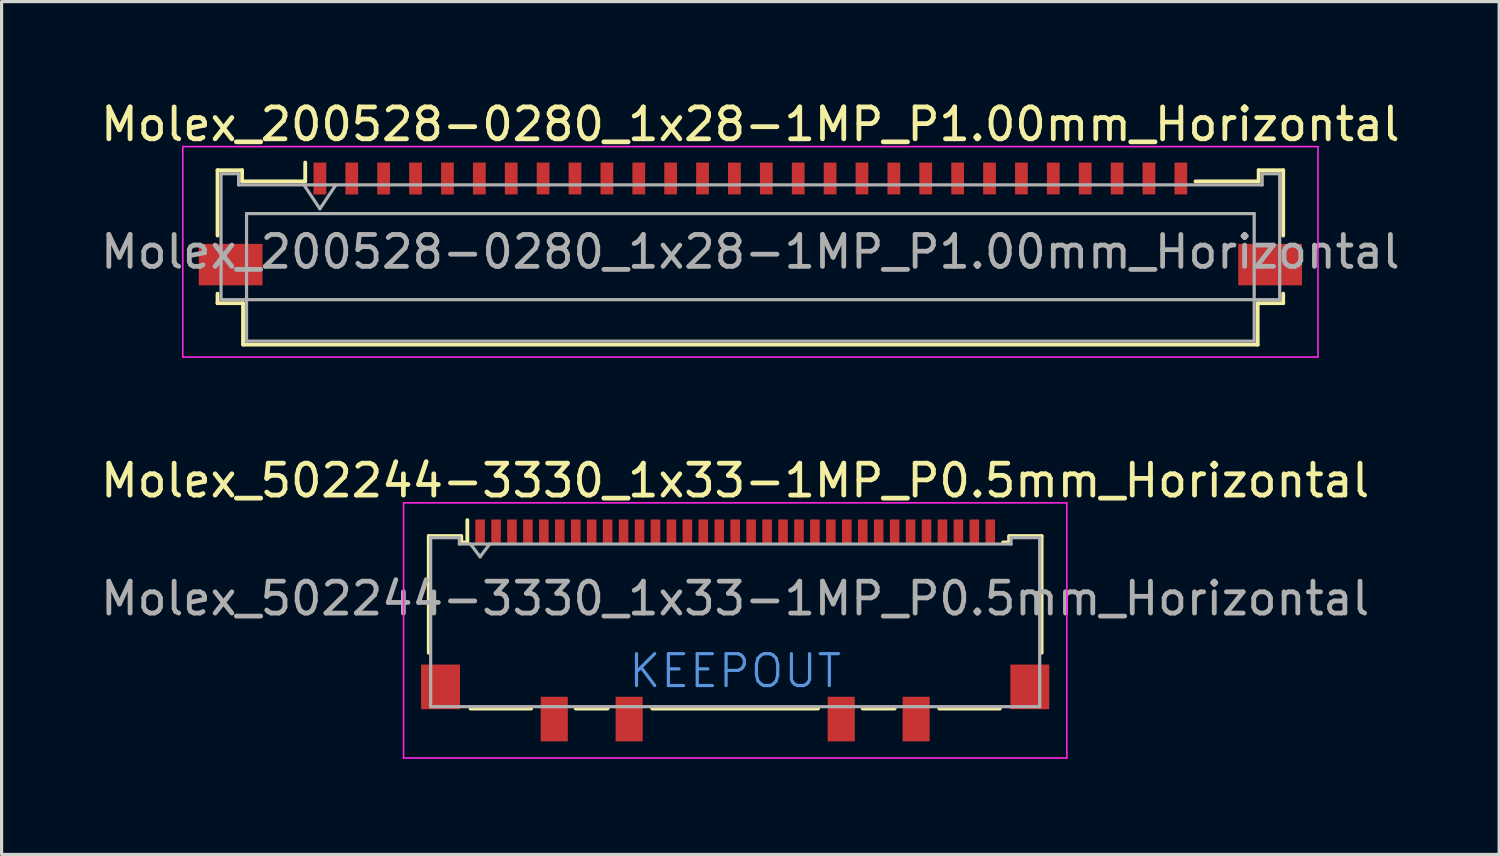
<source format=kicad_pcb>
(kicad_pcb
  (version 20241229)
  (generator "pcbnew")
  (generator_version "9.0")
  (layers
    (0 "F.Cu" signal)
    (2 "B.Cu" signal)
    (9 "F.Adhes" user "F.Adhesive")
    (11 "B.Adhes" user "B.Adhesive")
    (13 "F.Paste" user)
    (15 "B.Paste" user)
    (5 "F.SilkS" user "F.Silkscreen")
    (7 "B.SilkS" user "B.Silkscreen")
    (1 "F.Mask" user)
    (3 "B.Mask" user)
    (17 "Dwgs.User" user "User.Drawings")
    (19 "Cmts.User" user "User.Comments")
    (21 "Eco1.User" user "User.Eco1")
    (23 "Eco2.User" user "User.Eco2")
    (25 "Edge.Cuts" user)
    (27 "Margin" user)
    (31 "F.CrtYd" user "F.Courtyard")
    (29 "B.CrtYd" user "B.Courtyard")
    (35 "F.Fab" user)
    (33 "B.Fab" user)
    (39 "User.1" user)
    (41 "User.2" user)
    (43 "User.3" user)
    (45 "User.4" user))
  (footprint "Molex_502244-3330_1x33-1MP_P0.5mm_Horizontal"
    (layer "F.Cu")
    (at 20.006 16.721)
    (property "Reference" "Molex_502244-3330_1x33-1MP_P0.5mm_Horizontal" (at 0 -4.7 0) (layer "F.SilkS") (effects (font (size 1 1) (thickness 0.15))))
    (attr smd)
    (fp_line (start -9.61 -2.96) (end -8.6 -2.96) (stroke (width 0.12) (type solid)) (layer "F.SilkS"))
    (fp_line (start -9.61 0.7) (end -9.61 -2.96) (stroke (width 0.12) (type solid)) (layer "F.SilkS"))
    (fp_line (start -8.59 -2.76) (end -8.59 -2.96) (stroke (width 0.12) (type solid)) (layer "F.SilkS"))
    (fp_line (start -8.59 -2.76) (end -8.4 -2.76) (stroke (width 0.12) (type solid)) (layer "F.SilkS"))
    (fp_line (start -8.4 -2.76) (end -8.4 -3.46) (stroke (width 0.12) (type solid)) (layer "F.SilkS"))
    (fp_line (start -8.3 2.45) (end -6.4 2.45) (stroke (width 0.12) (type solid)) (layer "F.SilkS"))
    (fp_line (start -4 2.45) (end -5 2.45) (stroke (width 0.12) (type solid)) (layer "F.SilkS"))
    (fp_line (start -2.6 2.45) (end 2.6 2.45) (stroke (width 0.12) (type solid)) (layer "F.SilkS"))
    (fp_line (start 4 2.45) (end 5 2.45) (stroke (width 0.12) (type solid)) (layer "F.SilkS"))
    (fp_line (start 6.4 2.45) (end 8.3 2.45) (stroke (width 0.12) (type solid)) (layer "F.SilkS"))
    (fp_line (start 8.59 -2.96) (end 8.59 -2.76) (stroke (width 0.12) (type solid)) (layer "F.SilkS"))
    (fp_line (start 8.59 -2.76) (end 8.4 -2.76) (stroke (width 0.12) (type solid)) (layer "F.SilkS"))
    (fp_line (start 8.6 -2.96) (end 9.61 -2.96) (stroke (width 0.12) (type solid)) (layer "F.SilkS"))
    (fp_line (start 9.61 -2.96) (end 9.61 0.7) (stroke (width 0.12) (type solid)) (layer "F.SilkS"))
    (fp_line (start -10.4 -4) (end 10.4 -4) (stroke (width 0.05) (type solid)) (layer "F.CrtYd"))
    (fp_line (start -10.4 4) (end -10.4 -4) (stroke (width 0.05) (type solid)) (layer "F.CrtYd"))
    (fp_line (start 10.4 -4) (end 10.4 4) (stroke (width 0.05) (type solid)) (layer "F.CrtYd"))
    (fp_line (start 10.4 4) (end -10.4 4) (stroke (width 0.05) (type solid)) (layer "F.CrtYd"))
    (fp_line (start -9.55 -2.91) (end -9.55 2.39) (stroke (width 0.1) (type solid)) (layer "F.Fab"))
    (fp_line (start -9.55 2.39) (end 9.55 2.39) (stroke (width 0.1) (type solid)) (layer "F.Fab"))
    (fp_line (start -8.65 -2.91) (end -9.55 -2.91) (stroke (width 0.1) (type solid)) (layer "F.Fab"))
    (fp_line (start -8.65 -2.71) (end -8.65 -2.91) (stroke (width 0.1) (type solid)) (layer "F.Fab"))
    (fp_line (start -8.3 -2.71) (end -8 -2.31) (stroke (width 0.1) (type solid)) (layer "F.Fab"))
    (fp_line (start -8 -2.31) (end -7.7 -2.71) (stroke (width 0.1) (type solid)) (layer "F.Fab"))
    (fp_line (start 8.65 -2.91) (end 8.65 -2.71) (stroke (width 0.1) (type solid)) (layer "F.Fab"))
    (fp_line (start 8.65 -2.71) (end -8.65 -2.71) (stroke (width 0.1) (type solid)) (layer "F.Fab"))
    (fp_line (start 9.55 -2.91) (end 8.65 -2.91) (stroke (width 0.1) (type solid)) (layer "F.Fab"))
    (fp_line (start 9.55 -2.91) (end 9.55 2.39) (stroke (width 0.1) (type solid)) (layer "F.Fab"))
    (fp_text user "KEEPOUT" (at 0 1.271 0) (layer "Cmts.User") (effects (font (size 1 1) (thickness 0.1))))
    (fp_text user "${REFERENCE}" (at 0 -1 0) (layer "F.Fab") (effects (font (size 1 1) (thickness 0.15))))
    (pad "1" smd rect (at -8 -3.08) (size 0.3 0.8) (layers "F.Cu" "F.Mask" "F.Paste"))
    (pad "2" smd rect (at -7.5 -3.08) (size 0.3 0.8) (layers "F.Cu" "F.Mask" "F.Paste"))
    (pad "3" smd rect (at -7 -3.08) (size 0.3 0.8) (layers "F.Cu" "F.Mask" "F.Paste"))
    (pad "4" smd rect (at -6.5 -3.08) (size 0.3 0.8) (layers "F.Cu" "F.Mask" "F.Paste"))
    (pad "5" smd rect (at -6 -3.08) (size 0.3 0.8) (layers "F.Cu" "F.Mask" "F.Paste"))
    (pad "6" smd rect (at -5.5 -3.08) (size 0.3 0.8) (layers "F.Cu" "F.Mask" "F.Paste"))
    (pad "7" smd rect (at -5 -3.08) (size 0.3 0.8) (layers "F.Cu" "F.Mask" "F.Paste"))
    (pad "8" smd rect (at -4.5 -3.08) (size 0.3 0.8) (layers "F.Cu" "F.Mask" "F.Paste"))
    (pad "9" smd rect (at -4 -3.08) (size 0.3 0.8) (layers "F.Cu" "F.Mask" "F.Paste"))
    (pad "10" smd rect (at -3.5 -3.08) (size 0.3 0.8) (layers "F.Cu" "F.Mask" "F.Paste"))
    (pad "11" smd rect (at -3 -3.08) (size 0.3 0.8) (layers "F.Cu" "F.Mask" "F.Paste"))
    (pad "12" smd rect (at -2.5 -3.08) (size 0.3 0.8) (layers "F.Cu" "F.Mask" "F.Paste"))
    (pad "13" smd rect (at -2 -3.08) (size 0.3 0.8) (layers "F.Cu" "F.Mask" "F.Paste"))
    (pad "14" smd rect (at -1.5 -3.08) (size 0.3 0.8) (layers "F.Cu" "F.Mask" "F.Paste"))
    (pad "15" smd rect (at -1 -3.08) (size 0.3 0.8) (layers "F.Cu" "F.Mask" "F.Paste"))
    (pad "16" smd rect (at -0.5 -3.08) (size 0.3 0.8) (layers "F.Cu" "F.Mask" "F.Paste"))
    (pad "17" smd rect (at 0 -3.08) (size 0.3 0.8) (layers "F.Cu" "F.Mask" "F.Paste"))
    (pad "18" smd rect (at 0.5 -3.08) (size 0.3 0.8) (layers "F.Cu" "F.Mask" "F.Paste"))
    (pad "19" smd rect (at 1 -3.08) (size 0.3 0.8) (layers "F.Cu" "F.Mask" "F.Paste"))
    (pad "20" smd rect (at 1.5 -3.08) (size 0.3 0.8) (layers "F.Cu" "F.Mask" "F.Paste"))
    (pad "21" smd rect (at 2 -3.08) (size 0.3 0.8) (layers "F.Cu" "F.Mask" "F.Paste"))
    (pad "22" smd rect (at 2.5 -3.08) (size 0.3 0.8) (layers "F.Cu" "F.Mask" "F.Paste"))
    (pad "23" smd rect (at 3 -3.08) (size 0.3 0.8) (layers "F.Cu" "F.Mask" "F.Paste"))
    (pad "24" smd rect (at 3.5 -3.08) (size 0.3 0.8) (layers "F.Cu" "F.Mask" "F.Paste"))
    (pad "25" smd rect (at 4 -3.08) (size 0.3 0.8) (layers "F.Cu" "F.Mask" "F.Paste"))
    (pad "26" smd rect (at 4.5 -3.08) (size 0.3 0.8) (layers "F.Cu" "F.Mask" "F.Paste"))
    (pad "27" smd rect (at 5 -3.08) (size 0.3 0.8) (layers "F.Cu" "F.Mask" "F.Paste"))
    (pad "28" smd rect (at 5.5 -3.08) (size 0.3 0.8) (layers "F.Cu" "F.Mask" "F.Paste"))
    (pad "29" smd rect (at 6 -3.08) (size 0.3 0.8) (layers "F.Cu" "F.Mask" "F.Paste"))
    (pad "30" smd rect (at 6.5 -3.08) (size 0.3 0.8) (layers "F.Cu" "F.Mask" "F.Paste"))
    (pad "31" smd rect (at 7 -3.08) (size 0.3 0.8) (layers "F.Cu" "F.Mask" "F.Paste"))
    (pad "32" smd rect (at 7.5 -3.08) (size 0.3 0.8) (layers "F.Cu" "F.Mask" "F.Paste"))
    (pad "33" smd rect (at 8 -3.08) (size 0.3 0.8) (layers "F.Cu" "F.Mask" "F.Paste"))
    (pad "MP" smd rect (at -9.24 1.77) (size 1.22 1.4) (layers "F.Cu" "F.Mask" "F.Paste"))
    (pad "MP" smd rect (at -5.675 2.78) (size 0.85 1.4) (layers "F.Cu" "F.Mask" "F.Paste"))
    (pad "MP" smd rect (at -3.325 2.78) (size 0.85 1.4) (layers "F.Cu" "F.Mask" "F.Paste"))
    (pad "MP" smd rect (at 3.325 2.78) (size 0.85 1.4) (layers "F.Cu" "F.Mask" "F.Paste"))
    (pad "MP" smd rect (at 5.675 2.78) (size 0.85 1.4) (layers "F.Cu" "F.Mask" "F.Paste"))
    (pad "MP" smd rect (at 9.24 1.77) (size 1.22 1.4) (layers "F.Cu" "F.Mask" "F.Paste"))
    (zone (net_name "") (layer "F.Cu") (hatch full 0.508) (connect_pads) (min_thickness 0.254) (filled_areas_thickness no) (keepout (tracks not_allowed) (vias not_allowed) (pads not_allowed) (copperpour not_allowed) (footprints not_allowed)) (placement (enabled no)) (fill) (polygon (pts (xy 20.006 19.232) (xy 17.106 19.232) (xy 17.106 18.802) (xy 16.256 18.802) (xy 16.256 19.232) (xy 14.756 19.232) (xy 14.756 18.802) (xy 13.906 18.802) (xy 13.906 19.232) (xy 11.376 19.232) (xy 11.376 16.681) (xy 20.006 16.681))))
    (zone (net_name "") (layer "F.Cu") (hatch full 0.508) (connect_pads) (min_thickness 0.254) (filled_areas_thickness no) (keepout (tracks not_allowed) (vias not_allowed) (pads not_allowed) (copperpour not_allowed) (footprints not_allowed)) (placement (enabled no)) (fill) (polygon (pts (xy 20.006 19.232) (xy 22.906 19.232) (xy 22.906 18.802) (xy 23.756 18.802) (xy 23.756 19.232) (xy 25.256 19.232) (xy 25.256 18.802) (xy 26.106 18.802) (xy 26.106 19.232) (xy 28.636 19.232) (xy 28.636 16.681) (xy 20.006 16.681)))))
  (footprint "Molex_200528-0280_1x28-1MP_P1.00mm_Horizontal"
    (layer "F.Cu")
    (at 20.482 3.458)
    (property "Reference" "Molex_200528-0280_1x28-1MP_P1.00mm_Horizontal" (at 0 -2.61 0) (layer "F.SilkS") (effects (font (size 1 1) (thickness 0.15))))
    (attr smd)
    (fp_line (start -16.71 -1.17) (end -16.71 0.88) (stroke (width 0.12) (type solid)) (layer "F.SilkS"))
    (fp_line (start -16.71 2.7) (end -16.71 3) (stroke (width 0.12) (type solid)) (layer "F.SilkS"))
    (fp_line (start -16.71 3) (end -15.91 3) (stroke (width 0.12) (type solid)) (layer "F.SilkS"))
    (fp_line (start -15.94 -1.17) (end -16.71 -1.17) (stroke (width 0.12) (type solid)) (layer "F.SilkS"))
    (fp_line (start -15.94 -0.82) (end -15.94 -1.17) (stroke (width 0.12) (type solid)) (layer "F.SilkS"))
    (fp_line (start -15.91 3) (end -15.91 4.3) (stroke (width 0.12) (type solid)) (layer "F.SilkS"))
    (fp_line (start -15.91 4.3) (end 15.91 4.3) (stroke (width 0.12) (type solid)) (layer "F.SilkS"))
    (fp_line (start -13.96 -1.41) (end -13.96 -0.82) (stroke (width 0.12) (type solid)) (layer "F.SilkS"))
    (fp_line (start -13.96 -0.82) (end -15.94 -0.82) (stroke (width 0.12) (type solid)) (layer "F.SilkS"))
    (fp_line (start 15.91 3) (end 16.71 3) (stroke (width 0.12) (type solid)) (layer "F.SilkS"))
    (fp_line (start 15.91 4.3) (end 15.91 3) (stroke (width 0.12) (type solid)) (layer "F.SilkS"))
    (fp_line (start 15.94 -1.17) (end 15.94 -0.82) (stroke (width 0.12) (type solid)) (layer "F.SilkS"))
    (fp_line (start 15.94 -0.82) (end 13.96 -0.82) (stroke (width 0.12) (type solid)) (layer "F.SilkS"))
    (fp_line (start 16.71 -1.17) (end 15.94 -1.17) (stroke (width 0.12) (type solid)) (layer "F.SilkS"))
    (fp_line (start 16.71 0.88) (end 16.71 -1.17) (stroke (width 0.12) (type solid)) (layer "F.SilkS"))
    (fp_line (start 16.71 3) (end 16.71 2.7) (stroke (width 0.12) (type solid)) (layer "F.SilkS"))
    (fp_line (start -17.8 -1.91) (end -17.8 4.69) (stroke (width 0.05) (type solid)) (layer "F.CrtYd"))
    (fp_line (start -17.8 4.69) (end 17.8 4.69) (stroke (width 0.05) (type solid)) (layer "F.CrtYd"))
    (fp_line (start 17.8 -1.91) (end -17.8 -1.91) (stroke (width 0.05) (type solid)) (layer "F.CrtYd"))
    (fp_line (start 17.8 4.69) (end 17.8 -1.91) (stroke (width 0.05) (type solid)) (layer "F.CrtYd"))
    (fp_line (start -16.6 -1.06) (end -16.6 2.89) (stroke (width 0.1) (type solid)) (layer "F.Fab"))
    (fp_line (start -16.6 2.89) (end 16.6 2.89) (stroke (width 0.1) (type solid)) (layer "F.Fab"))
    (fp_line (start -16.05 -1.06) (end -16.6 -1.06) (stroke (width 0.1) (type solid)) (layer "F.Fab"))
    (fp_line (start -16.05 -0.71) (end -16.05 -1.06) (stroke (width 0.1) (type solid)) (layer "F.Fab"))
    (fp_line (start -15.8 0.19) (end -15.8 4.19) (stroke (width 0.1) (type solid)) (layer "F.Fab"))
    (fp_line (start -15.8 4.19) (end 15.8 4.19) (stroke (width 0.1) (type solid)) (layer "F.Fab"))
    (fp_line (start -14 -0.71) (end -13.5 0.04) (stroke (width 0.1) (type solid)) (layer "F.Fab"))
    (fp_line (start -13.5 0.04) (end -13 -0.71) (stroke (width 0.1) (type solid)) (layer "F.Fab"))
    (fp_line (start 15.8 0.19) (end -15.8 0.19) (stroke (width 0.1) (type solid)) (layer "F.Fab"))
    (fp_line (start 15.8 4.19) (end 15.8 0.19) (stroke (width 0.1) (type solid)) (layer "F.Fab"))
    (fp_line (start 16.05 -1.06) (end 16.05 -0.71) (stroke (width 0.1) (type solid)) (layer "F.Fab"))
    (fp_line (start 16.05 -0.71) (end -16.05 -0.71) (stroke (width 0.1) (type solid)) (layer "F.Fab"))
    (fp_line (start 16.6 -1.06) (end 16.05 -1.06) (stroke (width 0.1) (type solid)) (layer "F.Fab"))
    (fp_line (start 16.6 2.89) (end 16.6 -1.06) (stroke (width 0.1) (type solid)) (layer "F.Fab"))
    (fp_text user "${REFERENCE}" (at 0 1.39 0) (layer "F.Fab") (effects (font (size 1 1) (thickness 0.15))))
    (pad "1" smd rect (at -13.5 -0.91) (size 0.4 1) (layers "F.Cu" "F.Mask" "F.Paste"))
    (pad "2" smd rect (at -12.5 -0.91) (size 0.4 1) (layers "F.Cu" "F.Mask" "F.Paste"))
    (pad "3" smd rect (at -11.5 -0.91) (size 0.4 1) (layers "F.Cu" "F.Mask" "F.Paste"))
    (pad "4" smd rect (at -10.5 -0.91) (size 0.4 1) (layers "F.Cu" "F.Mask" "F.Paste"))
    (pad "5" smd rect (at -9.5 -0.91) (size 0.4 1) (layers "F.Cu" "F.Mask" "F.Paste"))
    (pad "6" smd rect (at -8.5 -0.91) (size 0.4 1) (layers "F.Cu" "F.Mask" "F.Paste"))
    (pad "7" smd rect (at -7.5 -0.91) (size 0.4 1) (layers "F.Cu" "F.Mask" "F.Paste"))
    (pad "8" smd rect (at -6.5 -0.91) (size 0.4 1) (layers "F.Cu" "F.Mask" "F.Paste"))
    (pad "9" smd rect (at -5.5 -0.91) (size 0.4 1) (layers "F.Cu" "F.Mask" "F.Paste"))
    (pad "10" smd rect (at -4.5 -0.91) (size 0.4 1) (layers "F.Cu" "F.Mask" "F.Paste"))
    (pad "11" smd rect (at -3.5 -0.91) (size 0.4 1) (layers "F.Cu" "F.Mask" "F.Paste"))
    (pad "12" smd rect (at -2.5 -0.91) (size 0.4 1) (layers "F.Cu" "F.Mask" "F.Paste"))
    (pad "13" smd rect (at -1.5 -0.91) (size 0.4 1) (layers "F.Cu" "F.Mask" "F.Paste"))
    (pad "14" smd rect (at -0.5 -0.91) (size 0.4 1) (layers "F.Cu" "F.Mask" "F.Paste"))
    (pad "15" smd rect (at 0.5 -0.91) (size 0.4 1) (layers "F.Cu" "F.Mask" "F.Paste"))
    (pad "16" smd rect (at 1.5 -0.91) (size 0.4 1) (layers "F.Cu" "F.Mask" "F.Paste"))
    (pad "17" smd rect (at 2.5 -0.91) (size 0.4 1) (layers "F.Cu" "F.Mask" "F.Paste"))
    (pad "18" smd rect (at 3.5 -0.91) (size 0.4 1) (layers "F.Cu" "F.Mask" "F.Paste"))
    (pad "19" smd rect (at 4.5 -0.91) (size 0.4 1) (layers "F.Cu" "F.Mask" "F.Paste"))
    (pad "20" smd rect (at 5.5 -0.91) (size 0.4 1) (layers "F.Cu" "F.Mask" "F.Paste"))
    (pad "21" smd rect (at 6.5 -0.91) (size 0.4 1) (layers "F.Cu" "F.Mask" "F.Paste"))
    (pad "22" smd rect (at 7.5 -0.91) (size 0.4 1) (layers "F.Cu" "F.Mask" "F.Paste"))
    (pad "23" smd rect (at 8.5 -0.91) (size 0.4 1) (layers "F.Cu" "F.Mask" "F.Paste"))
    (pad "24" smd rect (at 9.5 -0.91) (size 0.4 1) (layers "F.Cu" "F.Mask" "F.Paste"))
    (pad "25" smd rect (at 10.5 -0.91) (size 0.4 1) (layers "F.Cu" "F.Mask" "F.Paste"))
    (pad "26" smd rect (at 11.5 -0.91) (size 0.4 1) (layers "F.Cu" "F.Mask" "F.Paste"))
    (pad "27" smd rect (at 12.5 -0.91) (size 0.4 1) (layers "F.Cu" "F.Mask" "F.Paste"))
    (pad "28" smd rect (at 13.5 -0.91) (size 0.4 1) (layers "F.Cu" "F.Mask" "F.Paste"))
    (pad "MP" smd rect (at -16.3 1.79) (size 2 1.3) (layers "F.Cu" "F.Mask" "F.Paste"))
    (pad "MP" smd rect (at 16.3 1.79) (size 2 1.3) (layers "F.Cu" "F.Mask" "F.Paste")))
  (gr_rect
    (start -3 -3)
    (end 43.964 23.747)
    (stroke (width 0.1) (type default))
    (fill no)
    (layer "Edge.Cuts")))
</source>
